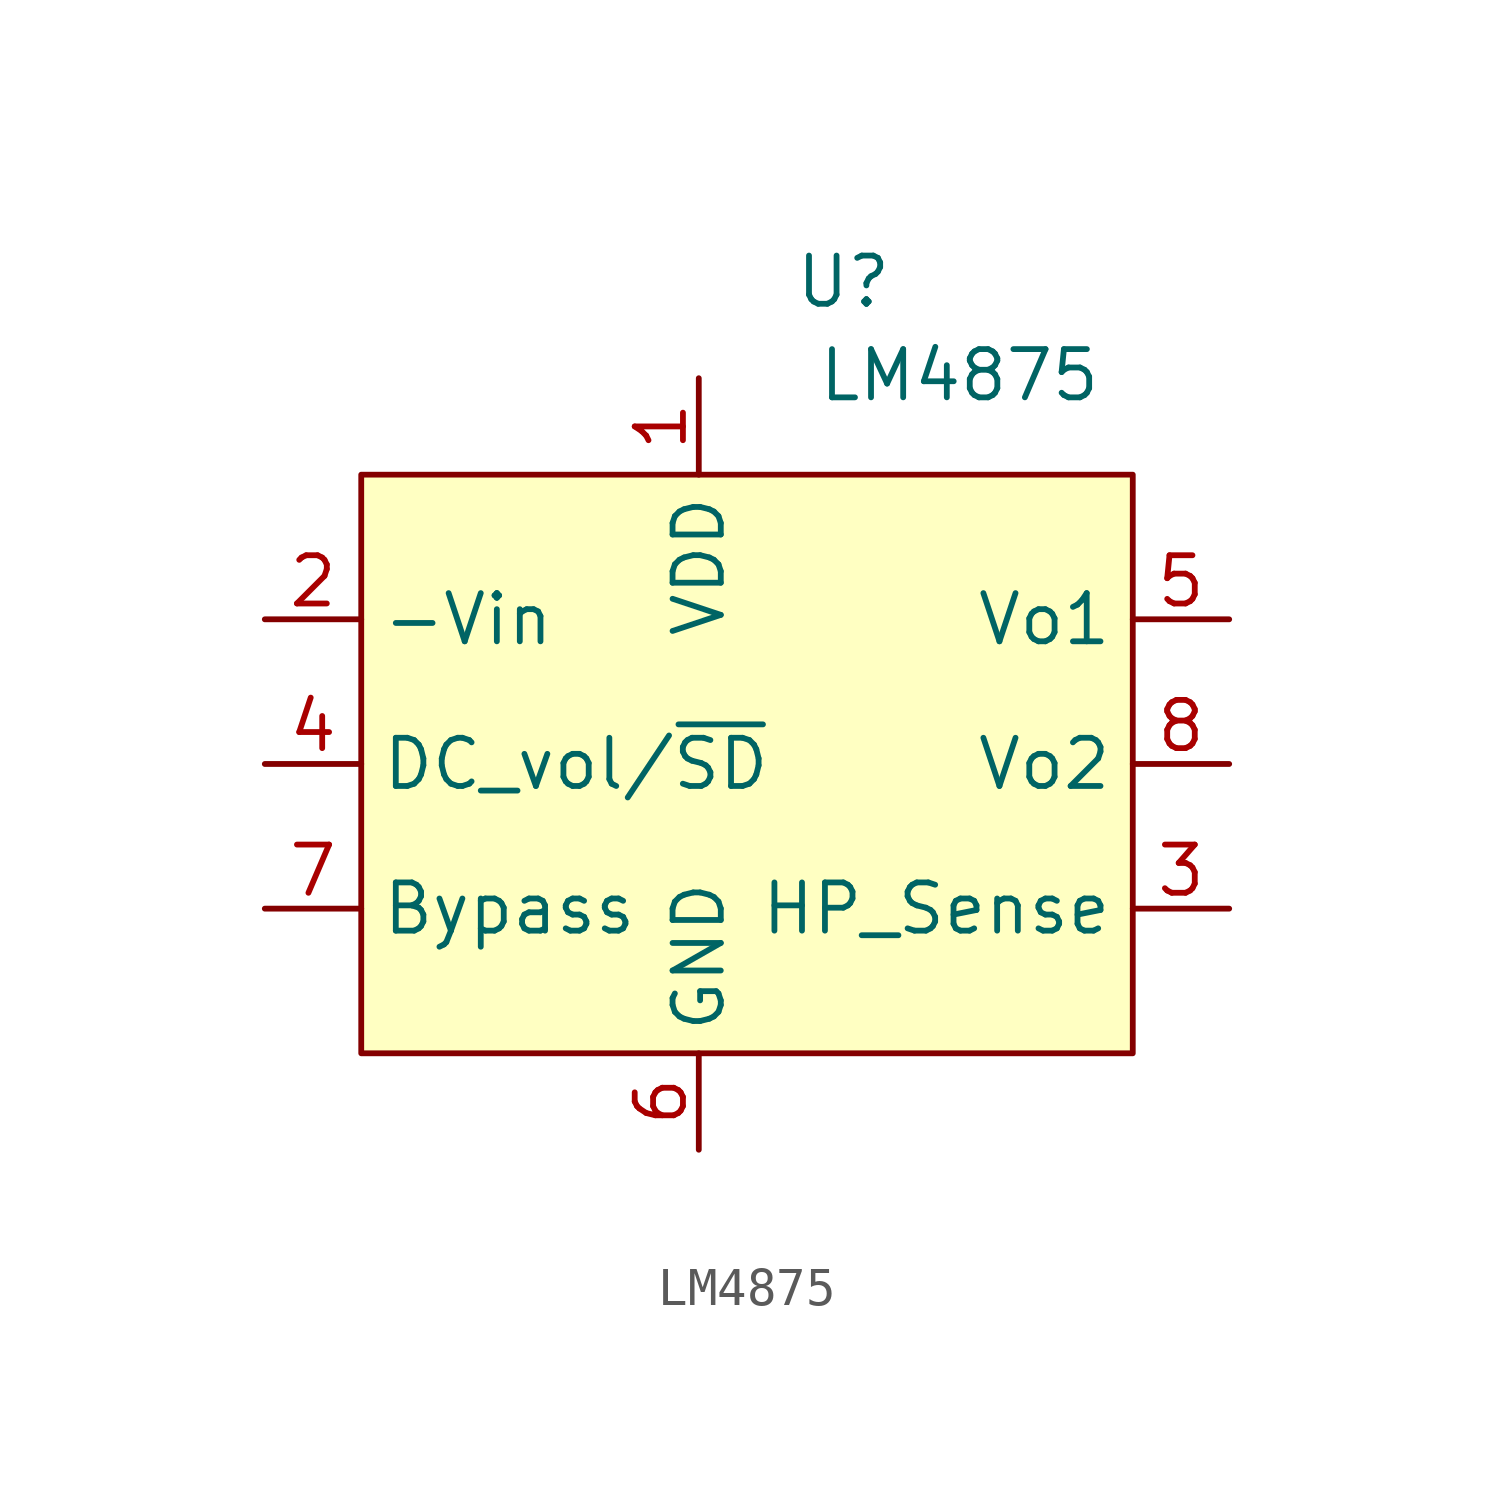
<source format=kicad_sym>
(kicad_symbol_lib
  (version 20241209)
  (generator "kicad_symbol_editor")
  (generator_version "9.0")
  (symbol "LM4875"
    (property "Reference" "U"
      (at 0 2.54 0)
      (effects (font (size 1.27 1.27))))
    (property "Value" "LM4875"
      (at 3.055 0.076 0)
      (effects (font (size 1.27 1.27))))
    (symbol "LM4875_1_1"
      (rectangle (start -12.7 -2.54) (end 7.62 -17.78) (stroke (width 0) (type default)) (fill (type background)))
      (pin input line (at -15.24 -6.35 0) (length 2.54) (name "-Vin" (effects (font (size 1.27 1.27)))) (number "2" (effects (font (size 1.27 1.27)))))
      (pin input line (at -15.24 -10.16 0) (length 2.54) (name "DC_vol/~{SD}" (effects (font (size 1.27 1.27)))) (number "4" (effects (font (size 1.27 1.27)))))
      (pin passive line (at -15.24 -13.97 0) (length 2.54) (name "Bypass" (effects (font (size 1.27 1.27)))) (number "7" (effects (font (size 1.27 1.27)))))
      (pin power_in line (at -3.81 0 270) (length 2.54) (name "VDD" (effects (font (size 1.27 1.27)))) (number "1" (effects (font (size 1.27 1.27)))))
      (pin power_in line (at -3.81 -20.32 90) (length 2.54) (name "GND" (effects (font (size 1.27 1.27)))) (number "6" (effects (font (size 1.27 1.27)))))
      (pin output line (at 10.16 -6.35 180) (length 2.54) (name "Vo1" (effects (font (size 1.27 1.27)))) (number "5" (effects (font (size 1.27 1.27)))))
      (pin output line (at 10.16 -10.16 180) (length 2.54) (name "Vo2" (effects (font (size 1.27 1.27)))) (number "8" (effects (font (size 1.27 1.27)))))
      (pin input line (at 10.16 -13.97 180) (length 2.54) (name "HP_Sense" (effects (font (size 1.27 1.27)))) (number "3" (effects (font (size 1.27 1.27))))))))
</source>
